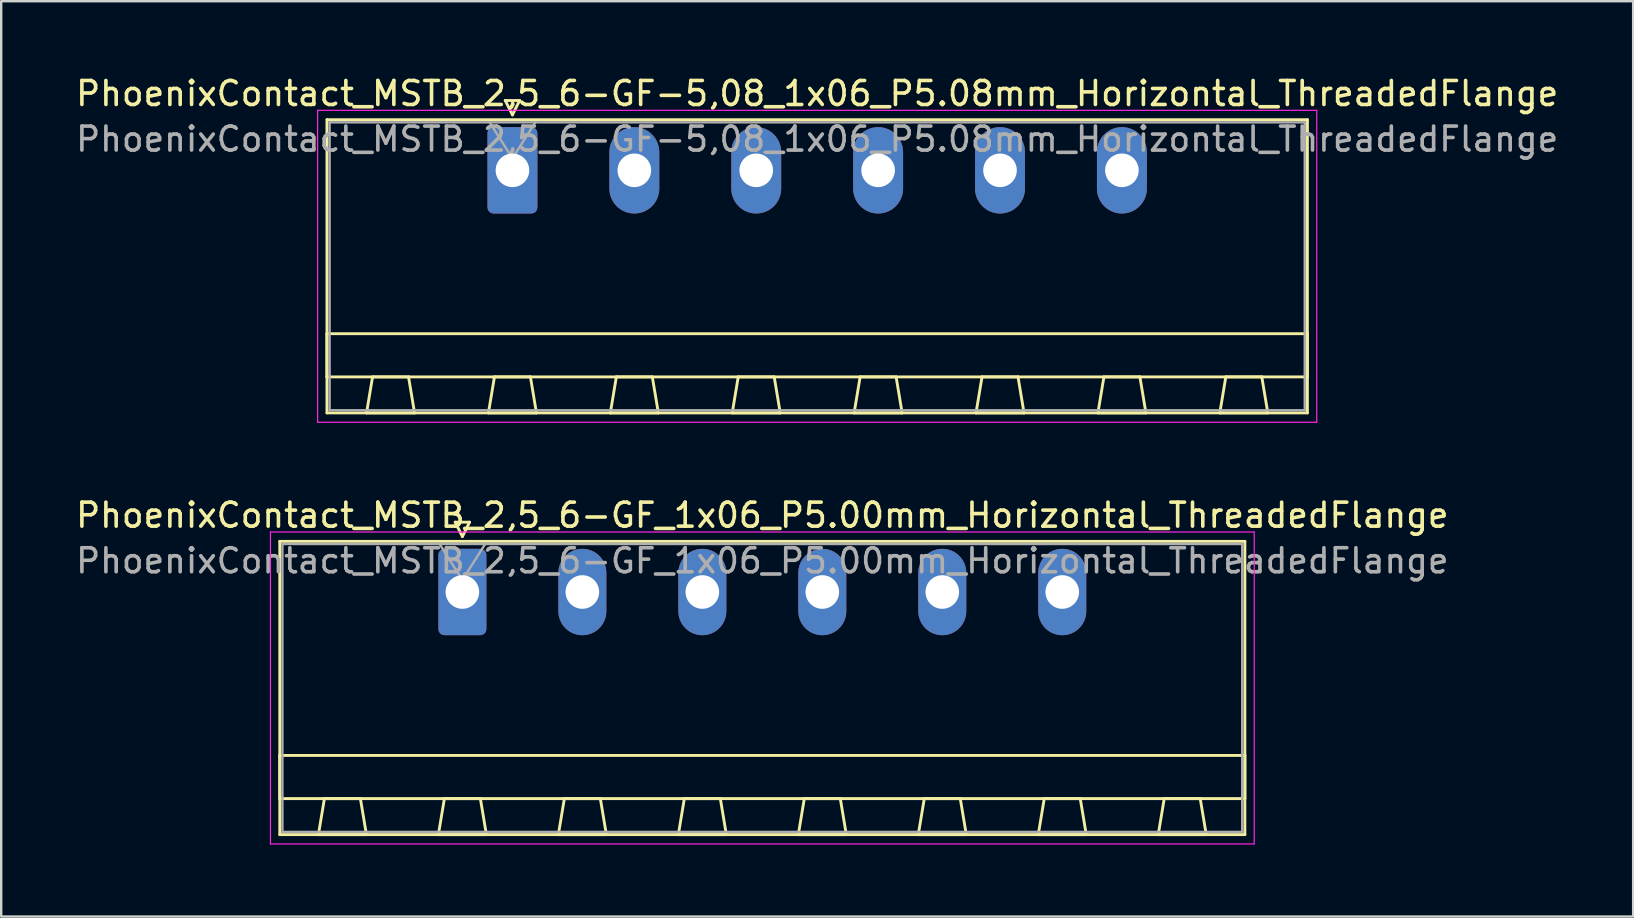
<source format=kicad_pcb>
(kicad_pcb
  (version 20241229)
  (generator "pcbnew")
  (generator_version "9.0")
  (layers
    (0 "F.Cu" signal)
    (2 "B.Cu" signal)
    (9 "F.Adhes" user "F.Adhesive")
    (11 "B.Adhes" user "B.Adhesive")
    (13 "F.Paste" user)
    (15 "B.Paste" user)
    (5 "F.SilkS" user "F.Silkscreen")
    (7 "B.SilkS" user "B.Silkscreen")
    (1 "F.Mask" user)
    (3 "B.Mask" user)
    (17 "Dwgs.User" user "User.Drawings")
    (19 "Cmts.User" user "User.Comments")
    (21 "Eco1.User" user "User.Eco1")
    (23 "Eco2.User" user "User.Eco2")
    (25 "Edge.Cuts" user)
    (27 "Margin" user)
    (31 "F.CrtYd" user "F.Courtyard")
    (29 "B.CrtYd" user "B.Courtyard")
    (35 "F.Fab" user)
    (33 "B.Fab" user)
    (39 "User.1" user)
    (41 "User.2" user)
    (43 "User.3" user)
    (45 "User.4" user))
  (footprint "PhoenixContact_MSTB_2,5_6-GF-5,08_1x06_P5.08mm_Horizontal_ThreadedFlange"
    (layer "F.Cu")
    (at 18.306 4.048)
    (property "Reference" "PhoenixContact_MSTB_2,5_6-GF-5,08_1x06_P5.08mm_Horizontal_ThreadedFlange" (at 12.7 -3.2 0) (layer "F.SilkS") (effects (font (size 1 1) (thickness 0.15))))
    (attr through_hole)
    (fp_line (start -7.73 -2.11) (end -7.73 10.11) (stroke (width 0.12) (type solid)) (layer "F.SilkS"))
    (fp_line (start -7.73 6.81) (end 33.13 6.81) (stroke (width 0.12) (type solid)) (layer "F.SilkS"))
    (fp_line (start -7.73 8.61) (end -7.73 6.81) (stroke (width 0.12) (type solid)) (layer "F.SilkS"))
    (fp_line (start -7.73 10.11) (end 33.13 10.11) (stroke (width 0.12) (type solid)) (layer "F.SilkS"))
    (fp_line (start -6.08 10.11) (end -4.08 10.11) (stroke (width 0.12) (type solid)) (layer "F.SilkS"))
    (fp_line (start -5.83 8.61) (end -6.08 10.11) (stroke (width 0.12) (type solid)) (layer "F.SilkS"))
    (fp_line (start -4.33 8.61) (end -5.83 8.61) (stroke (width 0.12) (type solid)) (layer "F.SilkS"))
    (fp_line (start -4.08 10.11) (end -4.33 8.61) (stroke (width 0.12) (type solid)) (layer "F.SilkS"))
    (fp_line (start -1 10.11) (end 1 10.11) (stroke (width 0.12) (type solid)) (layer "F.SilkS"))
    (fp_line (start -0.75 8.61) (end -1 10.11) (stroke (width 0.12) (type solid)) (layer "F.SilkS"))
    (fp_line (start -0.3 -2.91) (end 0.3 -2.91) (stroke (width 0.12) (type solid)) (layer "F.SilkS"))
    (fp_line (start 0 -2.31) (end -0.3 -2.91) (stroke (width 0.12) (type solid)) (layer "F.SilkS"))
    (fp_line (start 0.3 -2.91) (end 0 -2.31) (stroke (width 0.12) (type solid)) (layer "F.SilkS"))
    (fp_line (start 0.75 8.61) (end -0.75 8.61) (stroke (width 0.12) (type solid)) (layer "F.SilkS"))
    (fp_line (start 1 10.11) (end 0.75 8.61) (stroke (width 0.12) (type solid)) (layer "F.SilkS"))
    (fp_line (start 4.08 10.11) (end 6.08 10.11) (stroke (width 0.12) (type solid)) (layer "F.SilkS"))
    (fp_line (start 4.33 8.61) (end 4.08 10.11) (stroke (width 0.12) (type solid)) (layer "F.SilkS"))
    (fp_line (start 5.83 8.61) (end 4.33 8.61) (stroke (width 0.12) (type solid)) (layer "F.SilkS"))
    (fp_line (start 6.08 10.11) (end 5.83 8.61) (stroke (width 0.12) (type solid)) (layer "F.SilkS"))
    (fp_line (start 9.16 10.11) (end 11.16 10.11) (stroke (width 0.12) (type solid)) (layer "F.SilkS"))
    (fp_line (start 9.41 8.61) (end 9.16 10.11) (stroke (width 0.12) (type solid)) (layer "F.SilkS"))
    (fp_line (start 10.91 8.61) (end 9.41 8.61) (stroke (width 0.12) (type solid)) (layer "F.SilkS"))
    (fp_line (start 11.16 10.11) (end 10.91 8.61) (stroke (width 0.12) (type solid)) (layer "F.SilkS"))
    (fp_line (start 14.24 10.11) (end 16.24 10.11) (stroke (width 0.12) (type solid)) (layer "F.SilkS"))
    (fp_line (start 14.49 8.61) (end 14.24 10.11) (stroke (width 0.12) (type solid)) (layer "F.SilkS"))
    (fp_line (start 15.99 8.61) (end 14.49 8.61) (stroke (width 0.12) (type solid)) (layer "F.SilkS"))
    (fp_line (start 16.24 10.11) (end 15.99 8.61) (stroke (width 0.12) (type solid)) (layer "F.SilkS"))
    (fp_line (start 19.32 10.11) (end 21.32 10.11) (stroke (width 0.12) (type solid)) (layer "F.SilkS"))
    (fp_line (start 19.57 8.61) (end 19.32 10.11) (stroke (width 0.12) (type solid)) (layer "F.SilkS"))
    (fp_line (start 21.07 8.61) (end 19.57 8.61) (stroke (width 0.12) (type solid)) (layer "F.SilkS"))
    (fp_line (start 21.32 10.11) (end 21.07 8.61) (stroke (width 0.12) (type solid)) (layer "F.SilkS"))
    (fp_line (start 24.4 10.11) (end 26.4 10.11) (stroke (width 0.12) (type solid)) (layer "F.SilkS"))
    (fp_line (start 24.65 8.61) (end 24.4 10.11) (stroke (width 0.12) (type solid)) (layer "F.SilkS"))
    (fp_line (start 26.15 8.61) (end 24.65 8.61) (stroke (width 0.12) (type solid)) (layer "F.SilkS"))
    (fp_line (start 26.4 10.11) (end 26.15 8.61) (stroke (width 0.12) (type solid)) (layer "F.SilkS"))
    (fp_line (start 29.48 10.11) (end 31.48 10.11) (stroke (width 0.12) (type solid)) (layer "F.SilkS"))
    (fp_line (start 29.73 8.61) (end 29.48 10.11) (stroke (width 0.12) (type solid)) (layer "F.SilkS"))
    (fp_line (start 31.23 8.61) (end 29.73 8.61) (stroke (width 0.12) (type solid)) (layer "F.SilkS"))
    (fp_line (start 31.48 10.11) (end 31.23 8.61) (stroke (width 0.12) (type solid)) (layer "F.SilkS"))
    (fp_line (start 33.13 -2.11) (end -7.73 -2.11) (stroke (width 0.12) (type solid)) (layer "F.SilkS"))
    (fp_line (start 33.13 6.81) (end 33.13 8.61) (stroke (width 0.12) (type solid)) (layer "F.SilkS"))
    (fp_line (start 33.13 8.61) (end -7.73 8.61) (stroke (width 0.12) (type solid)) (layer "F.SilkS"))
    (fp_line (start 33.13 10.11) (end 33.13 -2.11) (stroke (width 0.12) (type solid)) (layer "F.SilkS"))
    (fp_line (start -8.12 -2.5) (end -8.12 10.5) (stroke (width 0.05) (type solid)) (layer "F.CrtYd"))
    (fp_line (start -8.12 10.5) (end 33.52 10.5) (stroke (width 0.05) (type solid)) (layer "F.CrtYd"))
    (fp_line (start 33.52 -2.5) (end -8.12 -2.5) (stroke (width 0.05) (type solid)) (layer "F.CrtYd"))
    (fp_line (start 33.52 10.5) (end 33.52 -2.5) (stroke (width 0.05) (type solid)) (layer "F.CrtYd"))
    (fp_line (start -7.62 -2) (end -7.62 10) (stroke (width 0.1) (type solid)) (layer "F.Fab"))
    (fp_line (start -7.62 10) (end 33.02 10) (stroke (width 0.1) (type solid)) (layer "F.Fab"))
    (fp_line (start 0 -0.5) (end -0.95 -2) (stroke (width 0.1) (type solid)) (layer "F.Fab"))
    (fp_line (start 0.95 -2) (end 0 -0.5) (stroke (width 0.1) (type solid)) (layer "F.Fab"))
    (fp_line (start 33.02 -2) (end -7.62 -2) (stroke (width 0.1) (type solid)) (layer "F.Fab"))
    (fp_line (start 33.02 10) (end 33.02 -2) (stroke (width 0.1) (type solid)) (layer "F.Fab"))
    (fp_text user "${REFERENCE}" (at 12.7 -1.3 0) (layer "F.Fab") (effects (font (size 1 1) (thickness 0.15))))
    (pad "1" thru_hole roundrect (at 0 0) (size 2.08 3.6) (drill 1.4) (layers "*.Cu" "*.Mask") (roundrect_rratio 0.12))
    (pad "2" thru_hole oval (at 5.08 0) (size 2.08 3.6) (drill 1.4) (layers "*.Cu" "*.Mask"))
    (pad "3" thru_hole oval (at 10.16 0) (size 2.08 3.6) (drill 1.4) (layers "*.Cu" "*.Mask"))
    (pad "4" thru_hole oval (at 15.24 0) (size 2.08 3.6) (drill 1.4) (layers "*.Cu" "*.Mask"))
    (pad "5" thru_hole oval (at 20.32 0) (size 2.08 3.6) (drill 1.4) (layers "*.Cu" "*.Mask"))
    (pad "6" thru_hole oval (at 25.4 0) (size 2.08 3.6) (drill 1.4) (layers "*.Cu" "*.Mask")))
  (footprint "PhoenixContact_MSTB_2,5_6-GF_1x06_P5.00mm_Horizontal_ThreadedFlange"
    (layer "F.Cu")
    (at 16.22 21.622)
    (property "Reference" "PhoenixContact_MSTB_2,5_6-GF_1x06_P5.00mm_Horizontal_ThreadedFlange" (at 12.5 -3.2 0) (layer "F.SilkS") (effects (font (size 1 1) (thickness 0.15))))
    (attr through_hole)
    (fp_line (start -7.61 -2.11) (end -7.61 10.11) (stroke (width 0.12) (type solid)) (layer "F.SilkS"))
    (fp_line (start -7.61 6.81) (end 32.61 6.81) (stroke (width 0.12) (type solid)) (layer "F.SilkS"))
    (fp_line (start -7.61 8.61) (end -7.61 6.81) (stroke (width 0.12) (type solid)) (layer "F.SilkS"))
    (fp_line (start -7.61 10.11) (end 32.61 10.11) (stroke (width 0.12) (type solid)) (layer "F.SilkS"))
    (fp_line (start -6 10.11) (end -4 10.11) (stroke (width 0.12) (type solid)) (layer "F.SilkS"))
    (fp_line (start -5.75 8.61) (end -6 10.11) (stroke (width 0.12) (type solid)) (layer "F.SilkS"))
    (fp_line (start -4.25 8.61) (end -5.75 8.61) (stroke (width 0.12) (type solid)) (layer "F.SilkS"))
    (fp_line (start -4 10.11) (end -4.25 8.61) (stroke (width 0.12) (type solid)) (layer "F.SilkS"))
    (fp_line (start -1 10.11) (end 1 10.11) (stroke (width 0.12) (type solid)) (layer "F.SilkS"))
    (fp_line (start -0.75 8.61) (end -1 10.11) (stroke (width 0.12) (type solid)) (layer "F.SilkS"))
    (fp_line (start -0.3 -2.91) (end 0.3 -2.91) (stroke (width 0.12) (type solid)) (layer "F.SilkS"))
    (fp_line (start 0 -2.31) (end -0.3 -2.91) (stroke (width 0.12) (type solid)) (layer "F.SilkS"))
    (fp_line (start 0.3 -2.91) (end 0 -2.31) (stroke (width 0.12) (type solid)) (layer "F.SilkS"))
    (fp_line (start 0.75 8.61) (end -0.75 8.61) (stroke (width 0.12) (type solid)) (layer "F.SilkS"))
    (fp_line (start 1 10.11) (end 0.75 8.61) (stroke (width 0.12) (type solid)) (layer "F.SilkS"))
    (fp_line (start 4 10.11) (end 6 10.11) (stroke (width 0.12) (type solid)) (layer "F.SilkS"))
    (fp_line (start 4.25 8.61) (end 4 10.11) (stroke (width 0.12) (type solid)) (layer "F.SilkS"))
    (fp_line (start 5.75 8.61) (end 4.25 8.61) (stroke (width 0.12) (type solid)) (layer "F.SilkS"))
    (fp_line (start 6 10.11) (end 5.75 8.61) (stroke (width 0.12) (type solid)) (layer "F.SilkS"))
    (fp_line (start 9 10.11) (end 11 10.11) (stroke (width 0.12) (type solid)) (layer "F.SilkS"))
    (fp_line (start 9.25 8.61) (end 9 10.11) (stroke (width 0.12) (type solid)) (layer "F.SilkS"))
    (fp_line (start 10.75 8.61) (end 9.25 8.61) (stroke (width 0.12) (type solid)) (layer "F.SilkS"))
    (fp_line (start 11 10.11) (end 10.75 8.61) (stroke (width 0.12) (type solid)) (layer "F.SilkS"))
    (fp_line (start 14 10.11) (end 16 10.11) (stroke (width 0.12) (type solid)) (layer "F.SilkS"))
    (fp_line (start 14.25 8.61) (end 14 10.11) (stroke (width 0.12) (type solid)) (layer "F.SilkS"))
    (fp_line (start 15.75 8.61) (end 14.25 8.61) (stroke (width 0.12) (type solid)) (layer "F.SilkS"))
    (fp_line (start 16 10.11) (end 15.75 8.61) (stroke (width 0.12) (type solid)) (layer "F.SilkS"))
    (fp_line (start 19 10.11) (end 21 10.11) (stroke (width 0.12) (type solid)) (layer "F.SilkS"))
    (fp_line (start 19.25 8.61) (end 19 10.11) (stroke (width 0.12) (type solid)) (layer "F.SilkS"))
    (fp_line (start 20.75 8.61) (end 19.25 8.61) (stroke (width 0.12) (type solid)) (layer "F.SilkS"))
    (fp_line (start 21 10.11) (end 20.75 8.61) (stroke (width 0.12) (type solid)) (layer "F.SilkS"))
    (fp_line (start 24 10.11) (end 26 10.11) (stroke (width 0.12) (type solid)) (layer "F.SilkS"))
    (fp_line (start 24.25 8.61) (end 24 10.11) (stroke (width 0.12) (type solid)) (layer "F.SilkS"))
    (fp_line (start 25.75 8.61) (end 24.25 8.61) (stroke (width 0.12) (type solid)) (layer "F.SilkS"))
    (fp_line (start 26 10.11) (end 25.75 8.61) (stroke (width 0.12) (type solid)) (layer "F.SilkS"))
    (fp_line (start 29 10.11) (end 31 10.11) (stroke (width 0.12) (type solid)) (layer "F.SilkS"))
    (fp_line (start 29.25 8.61) (end 29 10.11) (stroke (width 0.12) (type solid)) (layer "F.SilkS"))
    (fp_line (start 30.75 8.61) (end 29.25 8.61) (stroke (width 0.12) (type solid)) (layer "F.SilkS"))
    (fp_line (start 31 10.11) (end 30.75 8.61) (stroke (width 0.12) (type solid)) (layer "F.SilkS"))
    (fp_line (start 32.61 -2.11) (end -7.61 -2.11) (stroke (width 0.12) (type solid)) (layer "F.SilkS"))
    (fp_line (start 32.61 6.81) (end 32.61 8.61) (stroke (width 0.12) (type solid)) (layer "F.SilkS"))
    (fp_line (start 32.61 8.61) (end -7.61 8.61) (stroke (width 0.12) (type solid)) (layer "F.SilkS"))
    (fp_line (start 32.61 10.11) (end 32.61 -2.11) (stroke (width 0.12) (type solid)) (layer "F.SilkS"))
    (fp_line (start -8 -2.5) (end -8 10.5) (stroke (width 0.05) (type solid)) (layer "F.CrtYd"))
    (fp_line (start -8 10.5) (end 33 10.5) (stroke (width 0.05) (type solid)) (layer "F.CrtYd"))
    (fp_line (start 33 -2.5) (end -8 -2.5) (stroke (width 0.05) (type solid)) (layer "F.CrtYd"))
    (fp_line (start 33 10.5) (end 33 -2.5) (stroke (width 0.05) (type solid)) (layer "F.CrtYd"))
    (fp_line (start -7.5 -2) (end -7.5 10) (stroke (width 0.1) (type solid)) (layer "F.Fab"))
    (fp_line (start -7.5 10) (end 32.5 10) (stroke (width 0.1) (type solid)) (layer "F.Fab"))
    (fp_line (start 0 -0.5) (end -0.95 -2) (stroke (width 0.1) (type solid)) (layer "F.Fab"))
    (fp_line (start 0.95 -2) (end 0 -0.5) (stroke (width 0.1) (type solid)) (layer "F.Fab"))
    (fp_line (start 32.5 -2) (end -7.5 -2) (stroke (width 0.1) (type solid)) (layer "F.Fab"))
    (fp_line (start 32.5 10) (end 32.5 -2) (stroke (width 0.1) (type solid)) (layer "F.Fab"))
    (fp_text user "${REFERENCE}" (at 12.5 -1.3 0) (layer "F.Fab") (effects (font (size 1 1) (thickness 0.15))))
    (pad "1" thru_hole roundrect (at 0 0) (size 2 3.6) (drill 1.4) (layers "*.Cu" "*.Mask") (roundrect_rratio 0.125))
    (pad "2" thru_hole oval (at 5 0) (size 2 3.6) (drill 1.4) (layers "*.Cu" "*.Mask"))
    (pad "3" thru_hole oval (at 10 0) (size 2 3.6) (drill 1.4) (layers "*.Cu" "*.Mask"))
    (pad "4" thru_hole oval (at 15 0) (size 2 3.6) (drill 1.4) (layers "*.Cu" "*.Mask"))
    (pad "5" thru_hole oval (at 20 0) (size 2 3.6) (drill 1.4) (layers "*.Cu" "*.Mask"))
    (pad "6" thru_hole oval (at 25 0) (size 2 3.6) (drill 1.4) (layers "*.Cu" "*.Mask")))
  (gr_rect
    (start -3 -3)
    (end 65.012 35.147)
    (stroke (width 0.1) (type default))
    (fill no)
    (layer "Edge.Cuts")))
</source>
